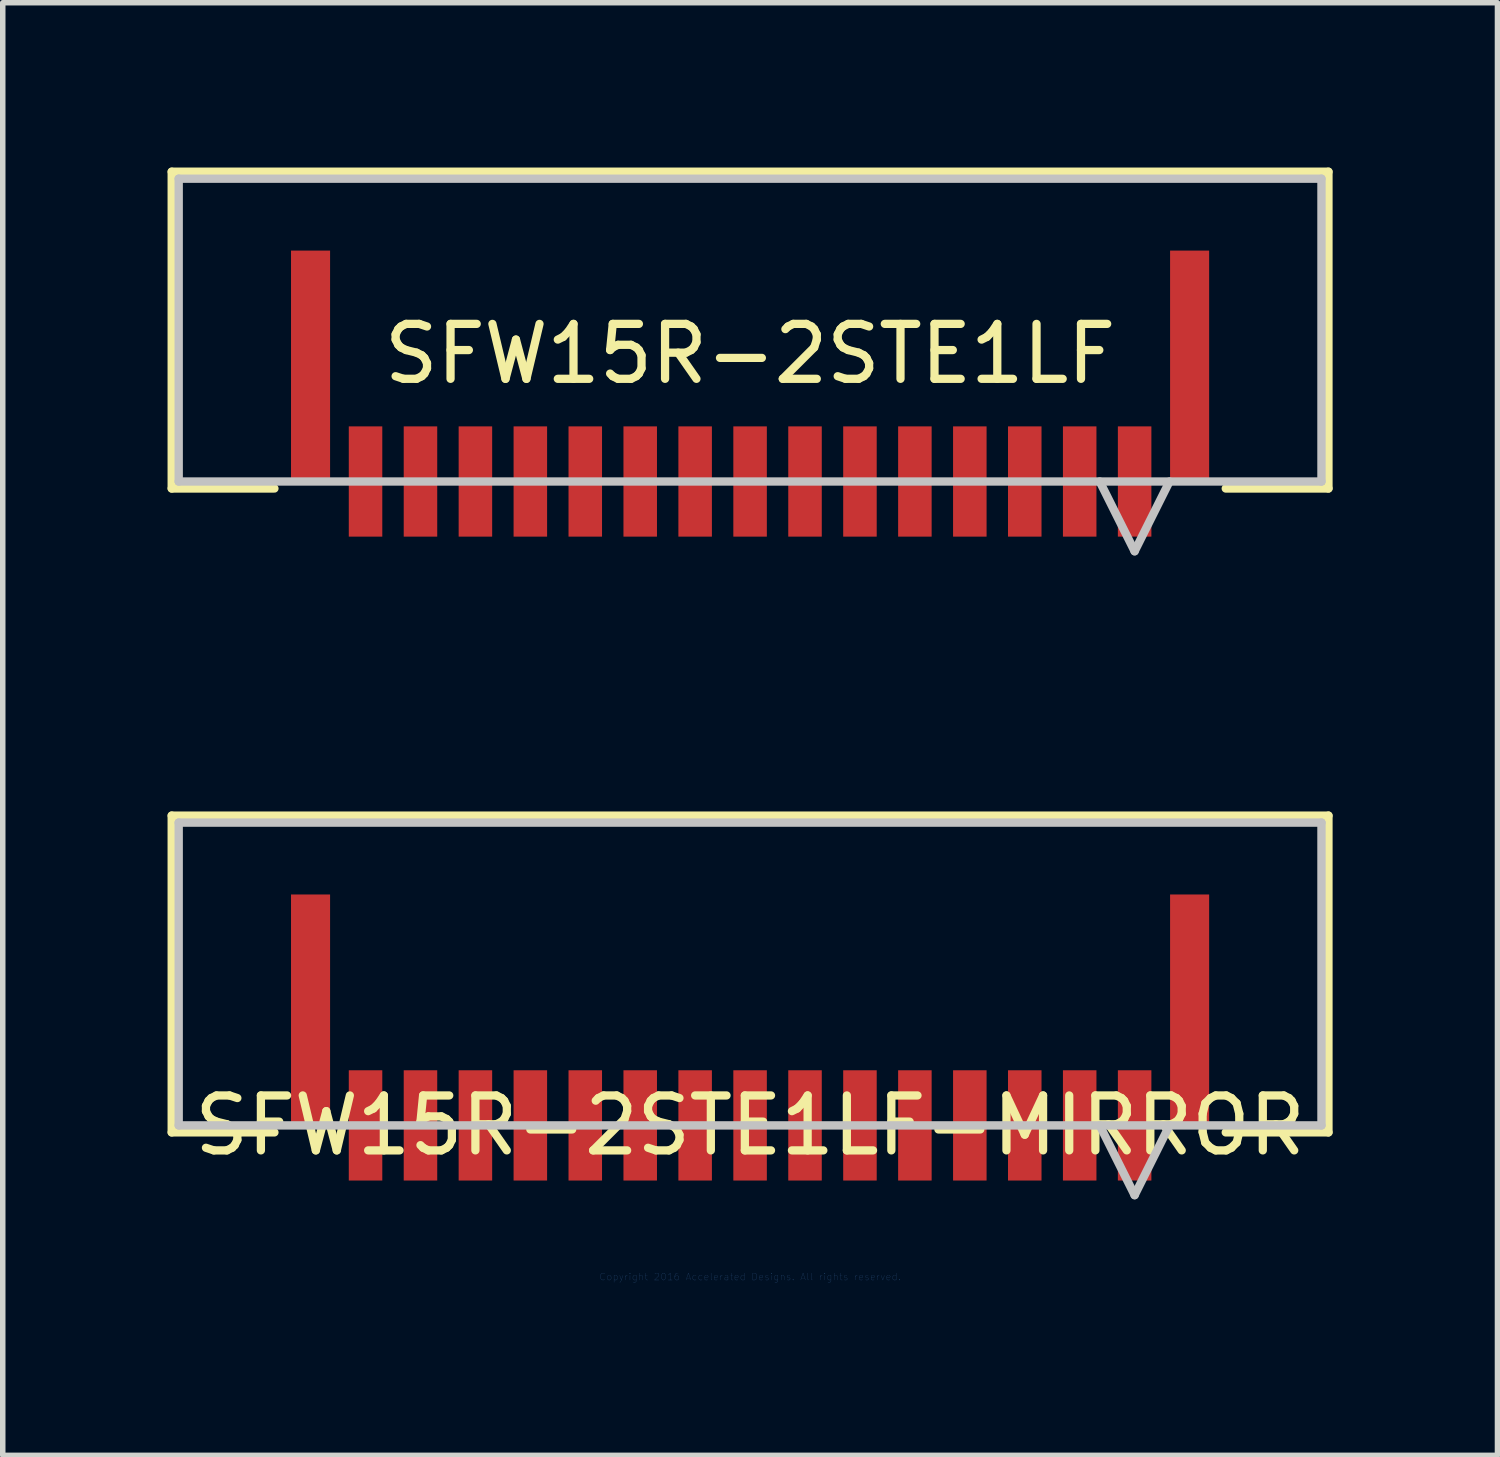
<source format=kicad_pcb>
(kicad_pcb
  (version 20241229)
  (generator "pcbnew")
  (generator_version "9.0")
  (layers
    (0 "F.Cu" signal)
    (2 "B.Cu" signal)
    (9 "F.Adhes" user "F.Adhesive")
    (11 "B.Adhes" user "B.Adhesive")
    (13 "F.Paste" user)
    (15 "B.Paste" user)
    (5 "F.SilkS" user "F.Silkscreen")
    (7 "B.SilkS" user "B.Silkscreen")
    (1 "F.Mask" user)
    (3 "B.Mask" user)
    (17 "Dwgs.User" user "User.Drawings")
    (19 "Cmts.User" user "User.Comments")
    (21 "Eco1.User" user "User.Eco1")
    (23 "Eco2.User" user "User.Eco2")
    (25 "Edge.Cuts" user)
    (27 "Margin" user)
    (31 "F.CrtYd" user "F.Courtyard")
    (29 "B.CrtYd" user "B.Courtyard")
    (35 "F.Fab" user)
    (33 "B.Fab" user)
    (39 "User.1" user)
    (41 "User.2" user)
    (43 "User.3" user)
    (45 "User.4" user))
  (footprint "SFW15R-2STE1LF-MIRROR"
    (layer "F.Cu")
    (at 10.604 20.192)
    (property "Reference" "SFW15R-2STE1LF-MIRROR" (at 0 -2.756 0) (layer "F.SilkS") (effects (font (size 1 1) (thickness 0.15))))
    (attr through_hole)
    (fp_line (start -10.528 -8.395) (end -10.528 -2.629) (stroke (width 0.152) (type solid)) (layer "F.SilkS"))
    (fp_line (start -10.528 -2.629) (end -8.659 -2.629) (stroke (width 0.152) (type solid)) (layer "F.SilkS"))
    (fp_line (start 8.659 -2.629) (end 10.528 -2.629) (stroke (width 0.152) (type solid)) (layer "F.SilkS"))
    (fp_line (start 10.528 -8.395) (end -10.528 -8.395) (stroke (width 0.152) (type solid)) (layer "F.SilkS"))
    (fp_line (start 10.528 -2.629) (end 10.528 -8.395) (stroke (width 0.152) (type solid)) (layer "F.SilkS"))
    (fp_line (start -10.401 -8.268) (end -10.401 -2.756) (stroke (width 0.152) (type solid)) (layer "Dwgs.User"))
    (fp_line (start -10.401 -2.756) (end 10.401 -2.756) (stroke (width 0.152) (type solid)) (layer "Dwgs.User"))
    (fp_line (start 6.365 -2.756) (end 7 -1.486) (stroke (width 0.152) (type solid)) (layer "Dwgs.User"))
    (fp_line (start 7.635 -2.756) (end 7 -1.486) (stroke (width 0.152) (type solid)) (layer "Dwgs.User"))
    (fp_line (start 10.401 -8.268) (end -10.401 -8.268) (stroke (width 0.152) (type solid)) (layer "Dwgs.User"))
    (fp_line (start 10.401 -2.756) (end 10.401 -8.268) (stroke (width 0.152) (type solid)) (layer "Dwgs.User"))
    (fp_text user "Copyright 2016 Accelerated Designs. All rights reserved." (at 0 0 0) (layer "Cmts.User") (effects (font (size 0.127 0.127) (thickness 0.002))))
    (pad "1" smd rect (at -7 -2.756 90) (size 2.007 0.61) (layers "F.Cu"))
    (pad "2" smd rect (at -6 -2.756 90) (size 2.007 0.61) (layers "F.Cu"))
    (pad "3" smd rect (at -5 -2.756 90) (size 2.007 0.61) (layers "F.Cu"))
    (pad "4" smd rect (at -4 -2.756 90) (size 2.007 0.61) (layers "F.Cu"))
    (pad "5" smd rect (at -3 -2.756 90) (size 2.007 0.61) (layers "F.Cu"))
    (pad "6" smd rect (at -2 -2.756 90) (size 2.007 0.61) (layers "F.Cu"))
    (pad "7" smd rect (at -1 -2.756 90) (size 2.007 0.61) (layers "F.Cu"))
    (pad "8" smd rect (at 0 -2.756 90) (size 2.007 0.61) (layers "F.Cu"))
    (pad "9" smd rect (at 1 -2.756 90) (size 2.007 0.61) (layers "F.Cu"))
    (pad "10" smd rect (at 2 -2.756 90) (size 2.007 0.61) (layers "F.Cu"))
    (pad "11" smd rect (at 3 -2.756 90) (size 2.007 0.61) (layers "F.Cu"))
    (pad "12" smd rect (at 4 -2.756 90) (size 2.007 0.61) (layers "F.Cu"))
    (pad "13" smd rect (at 5 -2.756 90) (size 2.007 0.61) (layers "F.Cu"))
    (pad "14" smd rect (at 6 -2.756 90) (size 2.007 0.61) (layers "F.Cu"))
    (pad "15" smd rect (at 7 -2.756 90) (size 2.007 0.61) (layers "F.Cu"))
    (pad "16" smd rect (at 8.001 -4.864) (size 0.711 4.191) (layers "F.Cu"))
    (pad "17" smd rect (at -8.001 -4.864) (size 0.711 4.191) (layers "F.Cu")))
  (footprint "SFW15R-2STE1LF"
    (layer "F.Cu")
    (at 10.604 8.471)
    (property "Reference" "SFW15R-2STE1LF" (at 0 -5.08 0) (layer "F.SilkS") (effects (font (size 1 1) (thickness 0.15))))
    (attr through_hole)
    (fp_line (start -10.528 -8.395) (end -10.528 -2.629) (stroke (width 0.152) (type solid)) (layer "F.SilkS"))
    (fp_line (start -10.528 -2.629) (end -8.659 -2.629) (stroke (width 0.152) (type solid)) (layer "F.SilkS"))
    (fp_line (start 8.659 -2.629) (end 10.528 -2.629) (stroke (width 0.152) (type solid)) (layer "F.SilkS"))
    (fp_line (start 10.528 -8.395) (end -10.528 -8.395) (stroke (width 0.152) (type solid)) (layer "F.SilkS"))
    (fp_line (start 10.528 -2.629) (end 10.528 -8.395) (stroke (width 0.152) (type solid)) (layer "F.SilkS"))
    (fp_line (start -10.401 -8.268) (end -10.401 -2.756) (stroke (width 0.152) (type solid)) (layer "Dwgs.User"))
    (fp_line (start -10.401 -2.756) (end 10.401 -2.756) (stroke (width 0.152) (type solid)) (layer "Dwgs.User"))
    (fp_line (start 6.365 -2.756) (end 7 -1.486) (stroke (width 0.152) (type solid)) (layer "Dwgs.User"))
    (fp_line (start 7.635 -2.756) (end 7 -1.486) (stroke (width 0.152) (type solid)) (layer "Dwgs.User"))
    (fp_line (start 10.401 -8.268) (end -10.401 -8.268) (stroke (width 0.152) (type solid)) (layer "Dwgs.User"))
    (fp_line (start 10.401 -2.756) (end 10.401 -8.268) (stroke (width 0.152) (type solid)) (layer "Dwgs.User"))
    (pad "1" smd rect (at 7 -2.756 90) (size 2.007 0.61) (layers "F.Cu" "F.Mask" "F.Paste"))
    (pad "2" smd rect (at 6 -2.756 90) (size 2.007 0.61) (layers "F.Cu" "F.Mask" "F.Paste"))
    (pad "3" smd rect (at 5 -2.756 90) (size 2.007 0.61) (layers "F.Cu" "F.Mask" "F.Paste"))
    (pad "4" smd rect (at 4 -2.756 90) (size 2.007 0.61) (layers "F.Cu" "F.Mask" "F.Paste"))
    (pad "5" smd rect (at 3 -2.756 90) (size 2.007 0.61) (layers "F.Cu" "F.Mask" "F.Paste"))
    (pad "6" smd rect (at 2 -2.756 90) (size 2.007 0.61) (layers "F.Cu" "F.Mask" "F.Paste"))
    (pad "7" smd rect (at 1 -2.756 90) (size 2.007 0.61) (layers "F.Cu" "F.Mask" "F.Paste"))
    (pad "8" smd rect (at 0 -2.756 90) (size 2.007 0.61) (layers "F.Cu" "F.Mask" "F.Paste"))
    (pad "9" smd rect (at -1 -2.756 90) (size 2.007 0.61) (layers "F.Cu" "F.Mask" "F.Paste"))
    (pad "10" smd rect (at -2 -2.756 90) (size 2.007 0.61) (layers "F.Cu" "F.Mask" "F.Paste"))
    (pad "11" smd rect (at -3 -2.756 90) (size 2.007 0.61) (layers "F.Cu" "F.Mask" "F.Paste"))
    (pad "12" smd rect (at -4 -2.756 90) (size 2.007 0.61) (layers "F.Cu" "F.Mask" "F.Paste"))
    (pad "13" smd rect (at -5 -2.756 90) (size 2.007 0.61) (layers "F.Cu" "F.Mask" "F.Paste"))
    (pad "14" smd rect (at -6 -2.756 90) (size 2.007 0.61) (layers "F.Cu" "F.Mask" "F.Paste"))
    (pad "15" smd rect (at -7 -2.756 90) (size 2.007 0.61) (layers "F.Cu" "F.Mask" "F.Paste"))
    (pad "16" smd rect (at -8.001 -4.864) (size 0.711 4.191) (layers "F.Cu" "F.Mask" "F.Paste"))
    (pad "17" smd rect (at 8.001 -4.864) (size 0.711 4.191) (layers "F.Cu" "F.Mask" "F.Paste")))
  (gr_rect
    (start -3 -3)
    (end 24.209 23.442)
    (stroke (width 0.1) (type default))
    (fill no)
    (layer "Edge.Cuts")))
</source>
